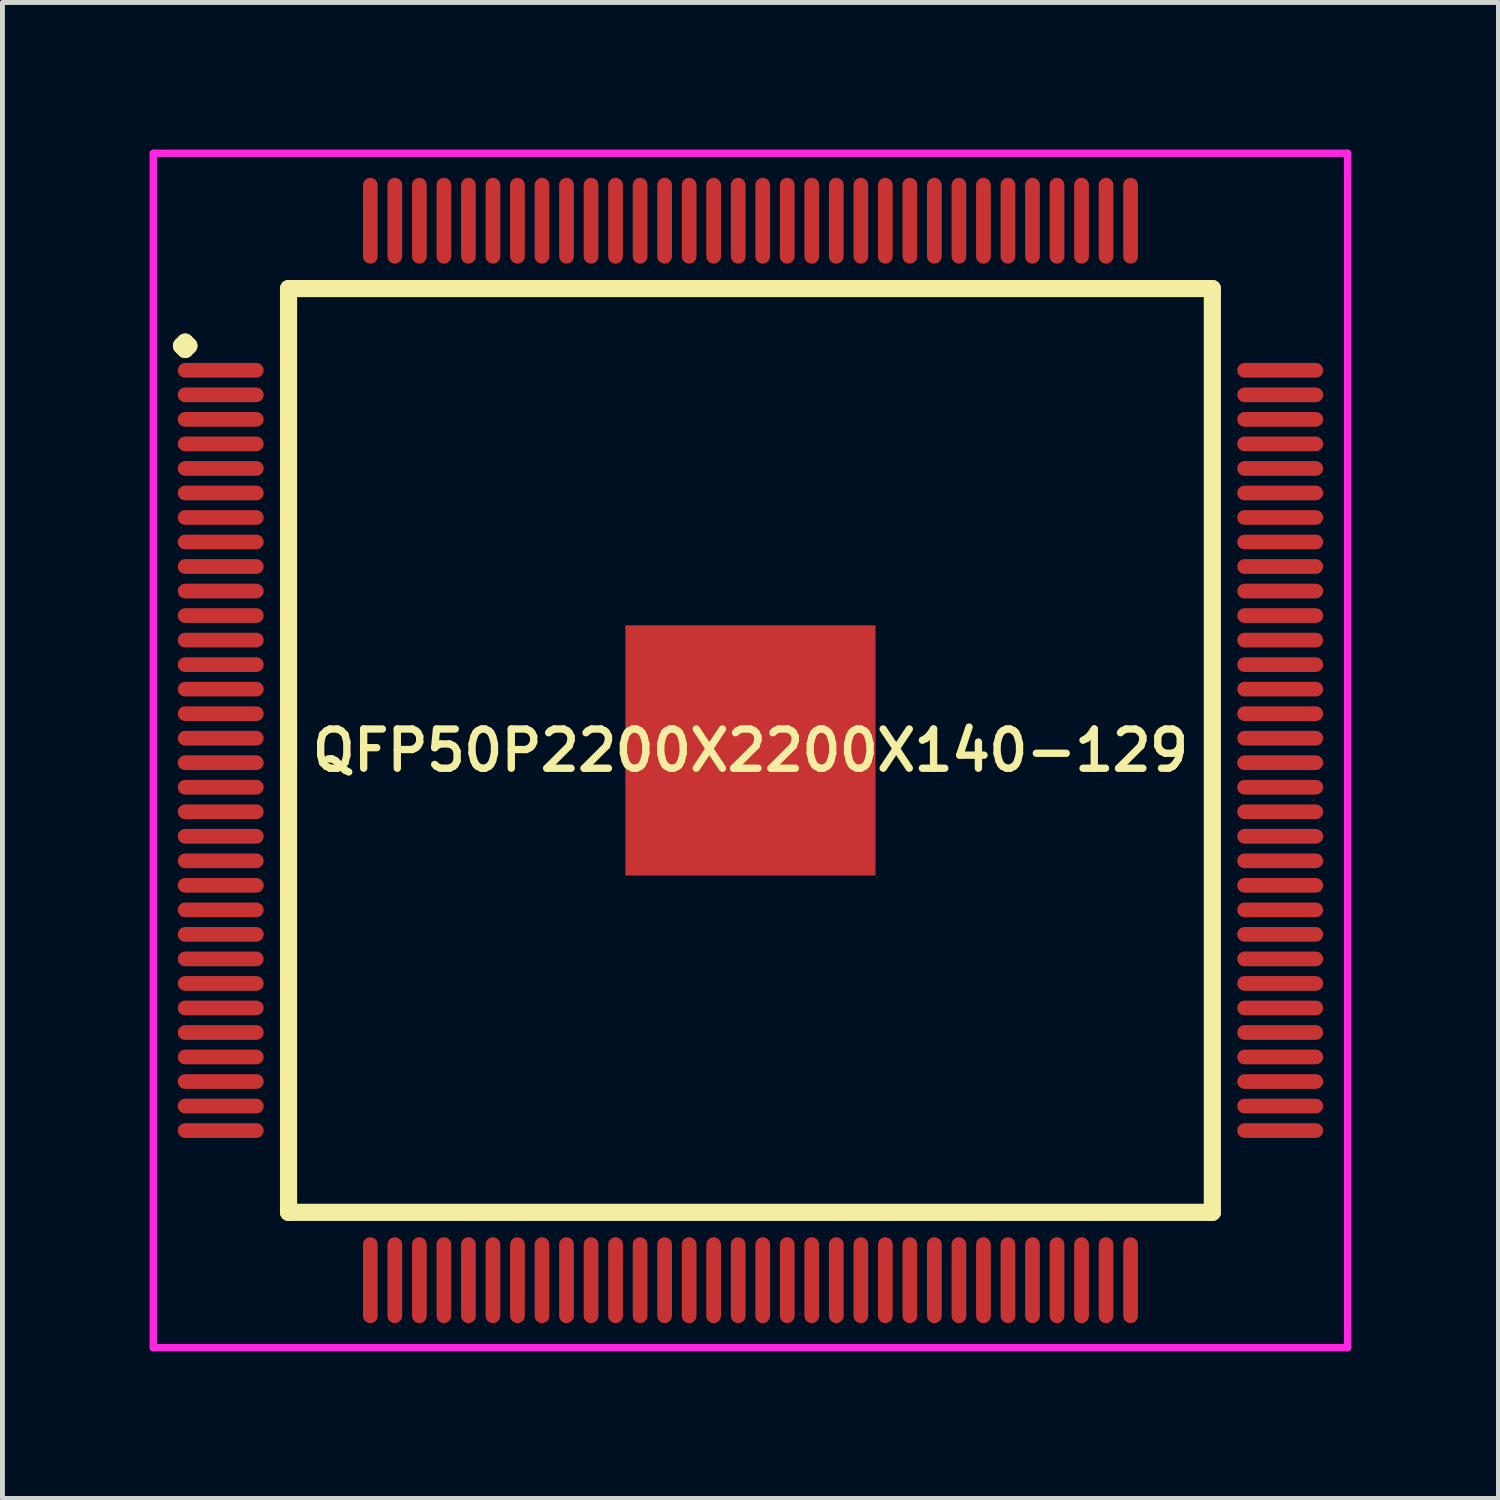
<source format=kicad_pcb>
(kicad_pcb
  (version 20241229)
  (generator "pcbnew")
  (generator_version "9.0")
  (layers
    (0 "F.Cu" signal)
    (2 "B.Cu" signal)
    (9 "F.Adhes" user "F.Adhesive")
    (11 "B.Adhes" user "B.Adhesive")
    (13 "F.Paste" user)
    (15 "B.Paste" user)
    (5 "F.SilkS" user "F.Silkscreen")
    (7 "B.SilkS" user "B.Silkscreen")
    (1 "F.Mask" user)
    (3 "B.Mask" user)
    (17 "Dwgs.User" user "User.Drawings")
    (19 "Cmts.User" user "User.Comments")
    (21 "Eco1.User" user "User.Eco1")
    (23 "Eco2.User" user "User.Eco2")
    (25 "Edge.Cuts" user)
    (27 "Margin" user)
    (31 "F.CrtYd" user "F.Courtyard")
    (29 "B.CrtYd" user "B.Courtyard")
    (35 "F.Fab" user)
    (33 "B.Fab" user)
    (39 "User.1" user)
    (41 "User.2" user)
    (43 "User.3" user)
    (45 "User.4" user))
  (footprint "QFP50P2200X2200X140-129"
    (layer "F.Cu")
    (at 12.25 12.25)
    (property "Reference" "QFP50P2200X2200X140-129" (at 0 0 0) (layer "F.SilkS") (effects (font (size 0.8 0.8) (thickness 0.15))))
    (attr smd)
    (fp_line (start -11.6 -8.25) (end -11.525 -8.325) (stroke (width 0.35) (type solid)) (layer "F.SilkS"))
    (fp_line (start -11.525 -8.325) (end -11.45 -8.25) (stroke (width 0.35) (type solid)) (layer "F.SilkS"))
    (fp_line (start -11.525 -8.175) (end -11.6 -8.25) (stroke (width 0.35) (type solid)) (layer "F.SilkS"))
    (fp_line (start -11.45 -8.25) (end -11.525 -8.175) (stroke (width 0.35) (type solid)) (layer "F.SilkS"))
    (fp_line (start -9.417 -9.417) (end -9.417 9.417) (stroke (width 0.35) (type solid)) (layer "F.SilkS"))
    (fp_line (start -9.417 9.417) (end 9.417 9.417) (stroke (width 0.35) (type solid)) (layer "F.SilkS"))
    (fp_line (start 9.417 -9.417) (end -9.417 -9.417) (stroke (width 0.35) (type solid)) (layer "F.SilkS"))
    (fp_line (start 9.417 9.417) (end 9.417 -9.417) (stroke (width 0.35) (type solid)) (layer "F.SilkS"))
    (fp_line (start -12.175 -12.175) (end 12.175 -12.175) (stroke (width 0.15) (type solid)) (layer "F.CrtYd"))
    (fp_line (start -12.175 12.175) (end -12.175 -12.175) (stroke (width 0.15) (type solid)) (layer "F.CrtYd"))
    (fp_line (start 12.175 -12.175) (end 12.175 12.175) (stroke (width 0.15) (type solid)) (layer "F.CrtYd"))
    (fp_line (start 12.175 12.175) (end -12.175 12.175) (stroke (width 0.15) (type solid)) (layer "F.CrtYd"))
    (pad "1" smd oval (at -10.8 -7.75) (size 1.75 0.3) (layers "F.Cu" "F.Mask" "F.Paste"))
    (pad "2" smd oval (at -10.8 -7.25) (size 1.75 0.3) (layers "F.Cu" "F.Mask" "F.Paste"))
    (pad "3" smd oval (at -10.8 -6.75) (size 1.75 0.3) (layers "F.Cu" "F.Mask" "F.Paste"))
    (pad "4" smd oval (at -10.8 -6.25) (size 1.75 0.3) (layers "F.Cu" "F.Mask" "F.Paste"))
    (pad "5" smd oval (at -10.8 -5.75) (size 1.75 0.3) (layers "F.Cu" "F.Mask" "F.Paste"))
    (pad "6" smd oval (at -10.8 -5.25) (size 1.75 0.3) (layers "F.Cu" "F.Mask" "F.Paste"))
    (pad "7" smd oval (at -10.8 -4.75) (size 1.75 0.3) (layers "F.Cu" "F.Mask" "F.Paste"))
    (pad "8" smd oval (at -10.8 -4.25) (size 1.75 0.3) (layers "F.Cu" "F.Mask" "F.Paste"))
    (pad "9" smd oval (at -10.8 -3.75) (size 1.75 0.3) (layers "F.Cu" "F.Mask" "F.Paste"))
    (pad "10" smd oval (at -10.8 -3.25) (size 1.75 0.3) (layers "F.Cu" "F.Mask" "F.Paste"))
    (pad "11" smd oval (at -10.8 -2.75) (size 1.75 0.3) (layers "F.Cu" "F.Mask" "F.Paste"))
    (pad "12" smd oval (at -10.8 -2.25) (size 1.75 0.3) (layers "F.Cu" "F.Mask" "F.Paste"))
    (pad "13" smd oval (at -10.8 -1.75) (size 1.75 0.3) (layers "F.Cu" "F.Mask" "F.Paste"))
    (pad "14" smd oval (at -10.8 -1.25) (size 1.75 0.3) (layers "F.Cu" "F.Mask" "F.Paste"))
    (pad "15" smd oval (at -10.8 -0.75) (size 1.75 0.3) (layers "F.Cu" "F.Mask" "F.Paste"))
    (pad "16" smd oval (at -10.8 -0.25) (size 1.75 0.3) (layers "F.Cu" "F.Mask" "F.Paste"))
    (pad "17" smd oval (at -10.8 0.25) (size 1.75 0.3) (layers "F.Cu" "F.Mask" "F.Paste"))
    (pad "18" smd oval (at -10.8 0.75) (size 1.75 0.3) (layers "F.Cu" "F.Mask" "F.Paste"))
    (pad "19" smd oval (at -10.8 1.25) (size 1.75 0.3) (layers "F.Cu" "F.Mask" "F.Paste"))
    (pad "20" smd oval (at -10.8 1.75) (size 1.75 0.3) (layers "F.Cu" "F.Mask" "F.Paste"))
    (pad "21" smd oval (at -10.8 2.25) (size 1.75 0.3) (layers "F.Cu" "F.Mask" "F.Paste"))
    (pad "22" smd oval (at -10.8 2.75) (size 1.75 0.3) (layers "F.Cu" "F.Mask" "F.Paste"))
    (pad "23" smd oval (at -10.8 3.25) (size 1.75 0.3) (layers "F.Cu" "F.Mask" "F.Paste"))
    (pad "24" smd oval (at -10.8 3.75) (size 1.75 0.3) (layers "F.Cu" "F.Mask" "F.Paste"))
    (pad "25" smd oval (at -10.8 4.25) (size 1.75 0.3) (layers "F.Cu" "F.Mask" "F.Paste"))
    (pad "26" smd oval (at -10.8 4.75) (size 1.75 0.3) (layers "F.Cu" "F.Mask" "F.Paste"))
    (pad "27" smd oval (at -10.8 5.25) (size 1.75 0.3) (layers "F.Cu" "F.Mask" "F.Paste"))
    (pad "28" smd oval (at -10.8 5.75) (size 1.75 0.3) (layers "F.Cu" "F.Mask" "F.Paste"))
    (pad "29" smd oval (at -10.8 6.25) (size 1.75 0.3) (layers "F.Cu" "F.Mask" "F.Paste"))
    (pad "30" smd oval (at -10.8 6.75) (size 1.75 0.3) (layers "F.Cu" "F.Mask" "F.Paste"))
    (pad "31" smd oval (at -10.8 7.25) (size 1.75 0.3) (layers "F.Cu" "F.Mask" "F.Paste"))
    (pad "32" smd oval (at -10.8 7.75) (size 1.75 0.3) (layers "F.Cu" "F.Mask" "F.Paste"))
    (pad "33" smd oval (at -7.75 10.8) (size 0.3 1.75) (layers "F.Cu" "F.Mask" "F.Paste"))
    (pad "34" smd oval (at -7.25 10.8) (size 0.3 1.75) (layers "F.Cu" "F.Mask" "F.Paste"))
    (pad "35" smd oval (at -6.75 10.8) (size 0.3 1.75) (layers "F.Cu" "F.Mask" "F.Paste"))
    (pad "36" smd oval (at -6.25 10.8) (size 0.3 1.75) (layers "F.Cu" "F.Mask" "F.Paste"))
    (pad "37" smd oval (at -5.75 10.8) (size 0.3 1.75) (layers "F.Cu" "F.Mask" "F.Paste"))
    (pad "38" smd oval (at -5.25 10.8) (size 0.3 1.75) (layers "F.Cu" "F.Mask" "F.Paste"))
    (pad "39" smd oval (at -4.75 10.8) (size 0.3 1.75) (layers "F.Cu" "F.Mask" "F.Paste"))
    (pad "40" smd oval (at -4.25 10.8) (size 0.3 1.75) (layers "F.Cu" "F.Mask" "F.Paste"))
    (pad "41" smd oval (at -3.75 10.8) (size 0.3 1.75) (layers "F.Cu" "F.Mask" "F.Paste"))
    (pad "42" smd oval (at -3.25 10.8) (size 0.3 1.75) (layers "F.Cu" "F.Mask" "F.Paste"))
    (pad "43" smd oval (at -2.75 10.8) (size 0.3 1.75) (layers "F.Cu" "F.Mask" "F.Paste"))
    (pad "44" smd oval (at -2.25 10.8) (size 0.3 1.75) (layers "F.Cu" "F.Mask" "F.Paste"))
    (pad "45" smd oval (at -1.75 10.8) (size 0.3 1.75) (layers "F.Cu" "F.Mask" "F.Paste"))
    (pad "46" smd oval (at -1.25 10.8) (size 0.3 1.75) (layers "F.Cu" "F.Mask" "F.Paste"))
    (pad "47" smd oval (at -0.75 10.8) (size 0.3 1.75) (layers "F.Cu" "F.Mask" "F.Paste"))
    (pad "48" smd oval (at -0.25 10.8) (size 0.3 1.75) (layers "F.Cu" "F.Mask" "F.Paste"))
    (pad "49" smd oval (at 0.25 10.8) (size 0.3 1.75) (layers "F.Cu" "F.Mask" "F.Paste"))
    (pad "50" smd oval (at 0.75 10.8) (size 0.3 1.75) (layers "F.Cu" "F.Mask" "F.Paste"))
    (pad "51" smd oval (at 1.25 10.8) (size 0.3 1.75) (layers "F.Cu" "F.Mask" "F.Paste"))
    (pad "52" smd oval (at 1.75 10.8) (size 0.3 1.75) (layers "F.Cu" "F.Mask" "F.Paste"))
    (pad "53" smd oval (at 2.25 10.8) (size 0.3 1.75) (layers "F.Cu" "F.Mask" "F.Paste"))
    (pad "54" smd oval (at 2.75 10.8) (size 0.3 1.75) (layers "F.Cu" "F.Mask" "F.Paste"))
    (pad "55" smd oval (at 3.25 10.8) (size 0.3 1.75) (layers "F.Cu" "F.Mask" "F.Paste"))
    (pad "56" smd oval (at 3.75 10.8) (size 0.3 1.75) (layers "F.Cu" "F.Mask" "F.Paste"))
    (pad "57" smd oval (at 4.25 10.8) (size 0.3 1.75) (layers "F.Cu" "F.Mask" "F.Paste"))
    (pad "58" smd oval (at 4.75 10.8) (size 0.3 1.75) (layers "F.Cu" "F.Mask" "F.Paste"))
    (pad "59" smd oval (at 5.25 10.8) (size 0.3 1.75) (layers "F.Cu" "F.Mask" "F.Paste"))
    (pad "60" smd oval (at 5.75 10.8) (size 0.3 1.75) (layers "F.Cu" "F.Mask" "F.Paste"))
    (pad "61" smd oval (at 6.25 10.8) (size 0.3 1.75) (layers "F.Cu" "F.Mask" "F.Paste"))
    (pad "62" smd oval (at 6.75 10.8) (size 0.3 1.75) (layers "F.Cu" "F.Mask" "F.Paste"))
    (pad "63" smd oval (at 7.25 10.8) (size 0.3 1.75) (layers "F.Cu" "F.Mask" "F.Paste"))
    (pad "64" smd oval (at 7.75 10.8) (size 0.3 1.75) (layers "F.Cu" "F.Mask" "F.Paste"))
    (pad "65" smd oval (at 10.8 7.75) (size 1.75 0.3) (layers "F.Cu" "F.Mask" "F.Paste"))
    (pad "66" smd oval (at 10.8 7.25) (size 1.75 0.3) (layers "F.Cu" "F.Mask" "F.Paste"))
    (pad "67" smd oval (at 10.8 6.75) (size 1.75 0.3) (layers "F.Cu" "F.Mask" "F.Paste"))
    (pad "68" smd oval (at 10.8 6.25) (size 1.75 0.3) (layers "F.Cu" "F.Mask" "F.Paste"))
    (pad "69" smd oval (at 10.8 5.75) (size 1.75 0.3) (layers "F.Cu" "F.Mask" "F.Paste"))
    (pad "70" smd oval (at 10.8 5.25) (size 1.75 0.3) (layers "F.Cu" "F.Mask" "F.Paste"))
    (pad "71" smd oval (at 10.8 4.75) (size 1.75 0.3) (layers "F.Cu" "F.Mask" "F.Paste"))
    (pad "72" smd oval (at 10.8 4.25) (size 1.75 0.3) (layers "F.Cu" "F.Mask" "F.Paste"))
    (pad "73" smd oval (at 10.8 3.75) (size 1.75 0.3) (layers "F.Cu" "F.Mask" "F.Paste"))
    (pad "74" smd oval (at 10.8 3.25) (size 1.75 0.3) (layers "F.Cu" "F.Mask" "F.Paste"))
    (pad "75" smd oval (at 10.8 2.75) (size 1.75 0.3) (layers "F.Cu" "F.Mask" "F.Paste"))
    (pad "76" smd oval (at 10.8 2.25) (size 1.75 0.3) (layers "F.Cu" "F.Mask" "F.Paste"))
    (pad "77" smd oval (at 10.8 1.75) (size 1.75 0.3) (layers "F.Cu" "F.Mask" "F.Paste"))
    (pad "78" smd oval (at 10.8 1.25) (size 1.75 0.3) (layers "F.Cu" "F.Mask" "F.Paste"))
    (pad "79" smd oval (at 10.8 0.75) (size 1.75 0.3) (layers "F.Cu" "F.Mask" "F.Paste"))
    (pad "80" smd oval (at 10.8 0.25) (size 1.75 0.3) (layers "F.Cu" "F.Mask" "F.Paste"))
    (pad "81" smd oval (at 10.8 -0.25) (size 1.75 0.3) (layers "F.Cu" "F.Mask" "F.Paste"))
    (pad "82" smd oval (at 10.8 -0.75) (size 1.75 0.3) (layers "F.Cu" "F.Mask" "F.Paste"))
    (pad "83" smd oval (at 10.8 -1.25) (size 1.75 0.3) (layers "F.Cu" "F.Mask" "F.Paste"))
    (pad "84" smd oval (at 10.8 -1.75) (size 1.75 0.3) (layers "F.Cu" "F.Mask" "F.Paste"))
    (pad "85" smd oval (at 10.8 -2.25) (size 1.75 0.3) (layers "F.Cu" "F.Mask" "F.Paste"))
    (pad "86" smd oval (at 10.8 -2.75) (size 1.75 0.3) (layers "F.Cu" "F.Mask" "F.Paste"))
    (pad "87" smd oval (at 10.8 -3.25) (size 1.75 0.3) (layers "F.Cu" "F.Mask" "F.Paste"))
    (pad "88" smd oval (at 10.8 -3.75) (size 1.75 0.3) (layers "F.Cu" "F.Mask" "F.Paste"))
    (pad "89" smd oval (at 10.8 -4.25) (size 1.75 0.3) (layers "F.Cu" "F.Mask" "F.Paste"))
    (pad "90" smd oval (at 10.8 -4.75) (size 1.75 0.3) (layers "F.Cu" "F.Mask" "F.Paste"))
    (pad "91" smd oval (at 10.8 -5.25) (size 1.75 0.3) (layers "F.Cu" "F.Mask" "F.Paste"))
    (pad "92" smd oval (at 10.8 -5.75) (size 1.75 0.3) (layers "F.Cu" "F.Mask" "F.Paste"))
    (pad "93" smd oval (at 10.8 -6.25) (size 1.75 0.3) (layers "F.Cu" "F.Mask" "F.Paste"))
    (pad "94" smd oval (at 10.8 -6.75) (size 1.75 0.3) (layers "F.Cu" "F.Mask" "F.Paste"))
    (pad "95" smd oval (at 10.8 -7.25) (size 1.75 0.3) (layers "F.Cu" "F.Mask" "F.Paste"))
    (pad "96" smd oval (at 10.8 -7.75) (size 1.75 0.3) (layers "F.Cu" "F.Mask" "F.Paste"))
    (pad "97" smd oval (at 7.75 -10.8) (size 0.3 1.75) (layers "F.Cu" "F.Mask" "F.Paste"))
    (pad "98" smd oval (at 7.25 -10.8) (size 0.3 1.75) (layers "F.Cu" "F.Mask" "F.Paste"))
    (pad "99" smd oval (at 6.75 -10.8) (size 0.3 1.75) (layers "F.Cu" "F.Mask" "F.Paste"))
    (pad "100" smd oval (at 6.25 -10.8) (size 0.3 1.75) (layers "F.Cu" "F.Mask" "F.Paste"))
    (pad "101" smd oval (at 5.75 -10.8) (size 0.3 1.75) (layers "F.Cu" "F.Mask" "F.Paste"))
    (pad "102" smd oval (at 5.25 -10.8) (size 0.3 1.75) (layers "F.Cu" "F.Mask" "F.Paste"))
    (pad "103" smd oval (at 4.75 -10.8) (size 0.3 1.75) (layers "F.Cu" "F.Mask" "F.Paste"))
    (pad "104" smd oval (at 4.25 -10.8) (size 0.3 1.75) (layers "F.Cu" "F.Mask" "F.Paste"))
    (pad "105" smd oval (at 3.75 -10.8) (size 0.3 1.75) (layers "F.Cu" "F.Mask" "F.Paste"))
    (pad "106" smd oval (at 3.25 -10.8) (size 0.3 1.75) (layers "F.Cu" "F.Mask" "F.Paste"))
    (pad "107" smd oval (at 2.75 -10.8) (size 0.3 1.75) (layers "F.Cu" "F.Mask" "F.Paste"))
    (pad "108" smd oval (at 2.25 -10.8) (size 0.3 1.75) (layers "F.Cu" "F.Mask" "F.Paste"))
    (pad "109" smd oval (at 1.75 -10.8) (size 0.3 1.75) (layers "F.Cu" "F.Mask" "F.Paste"))
    (pad "110" smd oval (at 1.25 -10.8) (size 0.3 1.75) (layers "F.Cu" "F.Mask" "F.Paste"))
    (pad "111" smd oval (at 0.75 -10.8) (size 0.3 1.75) (layers "F.Cu" "F.Mask" "F.Paste"))
    (pad "112" smd oval (at 0.25 -10.8) (size 0.3 1.75) (layers "F.Cu" "F.Mask" "F.Paste"))
    (pad "113" smd oval (at -0.25 -10.8) (size 0.3 1.75) (layers "F.Cu" "F.Mask" "F.Paste"))
    (pad "114" smd oval (at -0.75 -10.8) (size 0.3 1.75) (layers "F.Cu" "F.Mask" "F.Paste"))
    (pad "115" smd oval (at -1.25 -10.8) (size 0.3 1.75) (layers "F.Cu" "F.Mask" "F.Paste"))
    (pad "116" smd oval (at -1.75 -10.8) (size 0.3 1.75) (layers "F.Cu" "F.Mask" "F.Paste"))
    (pad "117" smd oval (at -2.25 -10.8) (size 0.3 1.75) (layers "F.Cu" "F.Mask" "F.Paste"))
    (pad "118" smd oval (at -2.75 -10.8) (size 0.3 1.75) (layers "F.Cu" "F.Mask" "F.Paste"))
    (pad "119" smd oval (at -3.25 -10.8) (size 0.3 1.75) (layers "F.Cu" "F.Mask" "F.Paste"))
    (pad "120" smd oval (at -3.75 -10.8) (size 0.3 1.75) (layers "F.Cu" "F.Mask" "F.Paste"))
    (pad "121" smd oval (at -4.25 -10.8) (size 0.3 1.75) (layers "F.Cu" "F.Mask" "F.Paste"))
    (pad "122" smd oval (at -4.75 -10.8) (size 0.3 1.75) (layers "F.Cu" "F.Mask" "F.Paste"))
    (pad "123" smd oval (at -5.25 -10.8) (size 0.3 1.75) (layers "F.Cu" "F.Mask" "F.Paste"))
    (pad "124" smd oval (at -5.75 -10.8) (size 0.3 1.75) (layers "F.Cu" "F.Mask" "F.Paste"))
    (pad "125" smd oval (at -6.25 -10.8) (size 0.3 1.75) (layers "F.Cu" "F.Mask" "F.Paste"))
    (pad "126" smd oval (at -6.75 -10.8) (size 0.3 1.75) (layers "F.Cu" "F.Mask" "F.Paste"))
    (pad "127" smd oval (at -7.25 -10.8) (size 0.3 1.75) (layers "F.Cu" "F.Mask" "F.Paste"))
    (pad "128" smd oval (at -7.75 -10.8) (size 0.3 1.75) (layers "F.Cu" "F.Mask" "F.Paste"))
    (pad "129" smd rect (at 0 0) (size 5.1 5.1) (layers "F.Cu" "F.Mask" "F.Paste")))
  (gr_rect
    (start -3 -3)
    (end 27.5 27.5)
    (stroke (width 0.1) (type default))
    (fill no)
    (layer "Edge.Cuts")))
</source>
